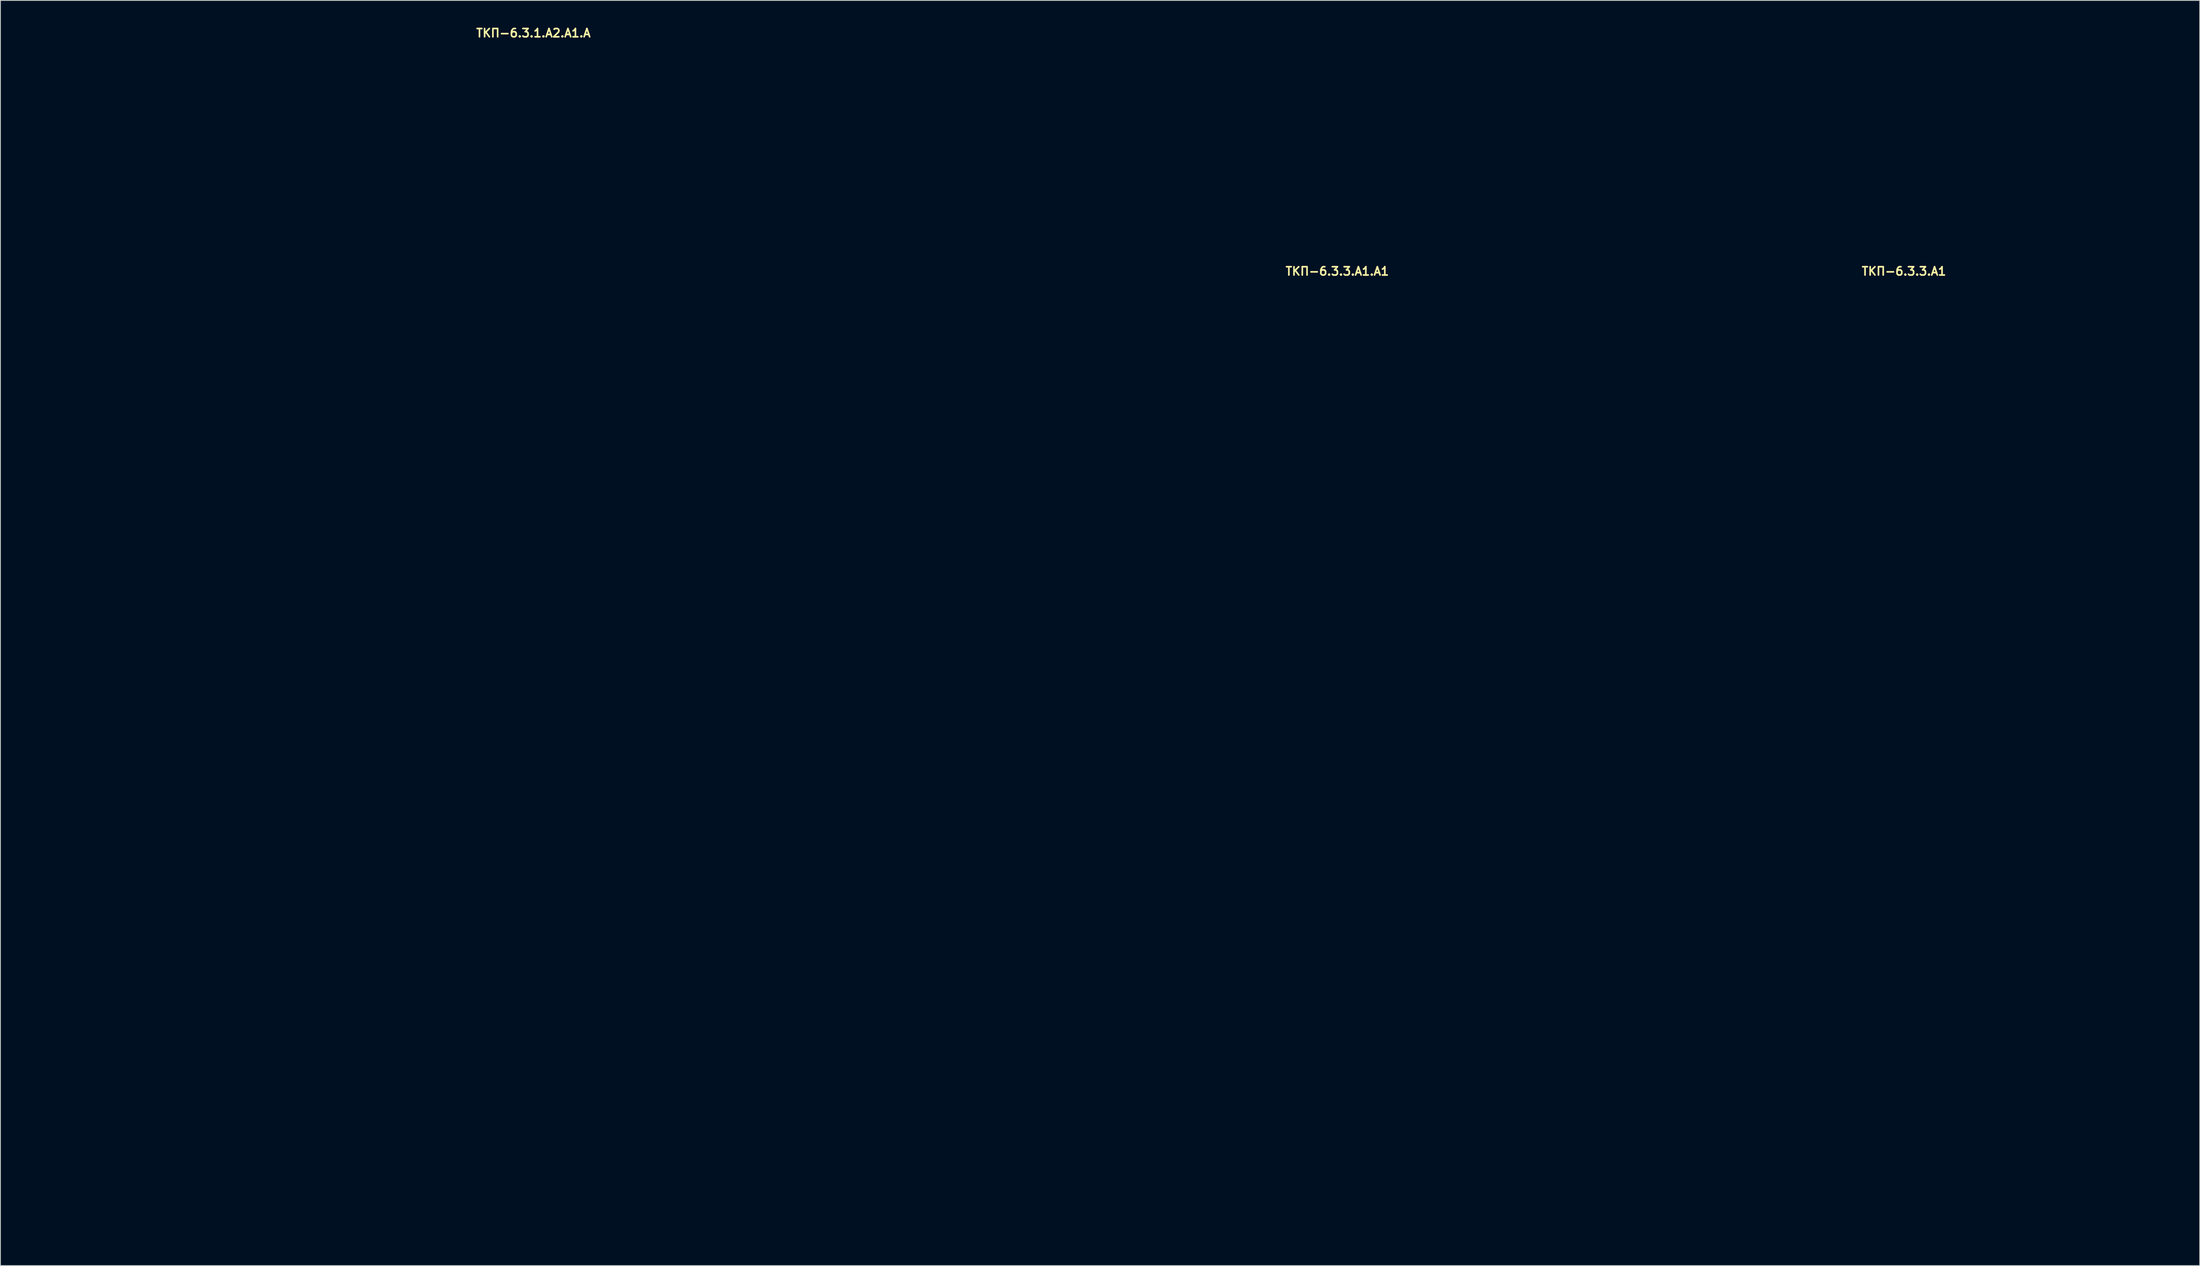
<source format=kicad_pcb>
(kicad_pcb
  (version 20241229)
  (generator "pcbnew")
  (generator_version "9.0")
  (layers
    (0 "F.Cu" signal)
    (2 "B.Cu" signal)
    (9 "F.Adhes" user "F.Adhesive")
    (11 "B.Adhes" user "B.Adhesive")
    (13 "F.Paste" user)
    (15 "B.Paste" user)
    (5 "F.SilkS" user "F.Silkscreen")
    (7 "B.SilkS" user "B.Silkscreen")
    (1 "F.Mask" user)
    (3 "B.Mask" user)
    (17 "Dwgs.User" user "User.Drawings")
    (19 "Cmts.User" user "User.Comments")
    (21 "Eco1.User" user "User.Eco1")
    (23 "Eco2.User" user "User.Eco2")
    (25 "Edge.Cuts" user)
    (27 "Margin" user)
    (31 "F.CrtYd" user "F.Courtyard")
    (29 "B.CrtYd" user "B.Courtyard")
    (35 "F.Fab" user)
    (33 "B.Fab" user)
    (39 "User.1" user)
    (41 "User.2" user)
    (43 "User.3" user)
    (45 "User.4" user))
  (footprint "ТКП-6.3.3.A1.A1"
    (layer "F.Cu")
    (at 158.21 88.48)
    (property "Reference" "ТКП-6.3.3.A1.A1" (at 0 -58.801 0) (layer "F.SilkS") (effects (font (size 1 1) (thickness 0.2))))
    (attr through_hole)
    (fp_line (start -32.47 -86.28) (end -32.47 -57.98) (stroke (width 0.4) (type solid)) (layer "Eco1.User"))
    (fp_line (start -32.47 -57.98) (end -32.47 57.98) (stroke (width 0.4) (type solid)) (layer "Eco1.User"))
    (fp_line (start -32.47 -57.98) (end 32.47 -57.98) (stroke (width 0.4) (type solid)) (layer "Eco1.User"))
    (fp_line (start -32.47 57.98) (end 32.47 57.98) (stroke (width 0.4) (type solid)) (layer "Eco1.User"))
    (fp_line (start -30.47 -88.28) (end 30.47 -88.28) (stroke (width 0.4) (type solid)) (layer "Eco1.User"))
    (fp_line (start 32.47 -86.28) (end 32.47 -57.98) (stroke (width 0.4) (type solid)) (layer "Eco1.User"))
    (fp_line (start 32.47 -57.98) (end 32.47 57.98) (stroke (width 0.4) (type solid)) (layer "Eco1.User"))
    (fp_arc (start -32.47 -86.28) (mid -31.884214 -87.694214) (end -30.47 -88.28) (stroke (width 0.4) (type solid)) (layer "Eco1.User"))
    (fp_arc (start 30.47 -88.28) (mid 31.884214 -87.694214) (end 32.47 -86.28) (stroke (width 0.4) (type solid)) (layer "Eco1.User"))
    (fp_circle (center -25.92 -72.48) (end -23.92 -72.48) (stroke (width 0.4) (type solid)) (fill no) (layer "Eco1.User"))
    (fp_circle (center -19.05 -40.44) (end -15.45 -40.44) (stroke (width 0.4) (type solid)) (fill no) (layer "Eco1.User"))
    (fp_circle (center -8.89 -50.8) (end -7.39 -50.8) (stroke (width 0.4) (type solid)) (fill no) (layer "Eco1.User"))
    (fp_circle (center 0 -72.48) (end 5.5 -72.48) (stroke (width 0.4) (type solid)) (fill no) (layer "Eco1.User"))
    (fp_circle (center 0 -26.47) (end 3.6 -26.47) (stroke (width 0.4) (type solid)) (fill no) (layer "Eco1.User"))
    (fp_circle (center 0 -7.62) (end 2.65 -7.62) (stroke (width 0.4) (type solid)) (fill no) (layer "Eco1.User"))
    (fp_circle (center 0 19.05) (end 6 19.05) (stroke (width 0.4) (type solid)) (fill no) (layer "Eco1.User"))
    (fp_circle (center 8.89 -50.8) (end 10.39 -50.8) (stroke (width 0.4) (type solid)) (fill no) (layer "Eco1.User"))
    (fp_circle (center 19.05 -40.44) (end 22.65 -40.44) (stroke (width 0.4) (type solid)) (fill no) (layer "Eco1.User"))
    (fp_circle (center 25.92 -72.48) (end 27.92 -72.48) (stroke (width 0.4) (type solid)) (fill no) (layer "Eco1.User")))
  (footprint "ТКП-6.3.3.A1"
    (layer "F.Cu")
    (at 226.55 88.48)
    (property "Reference" "ТКП-6.3.3.A1" (at 0 -58.801 0) (layer "F.SilkS") (effects (font (size 1 1) (thickness 0.2))))
    (attr through_hole)
    (fp_line (start -32.47 -86.28) (end -32.47 -57.98) (stroke (width 0.4) (type solid)) (layer "Eco1.User"))
    (fp_line (start -32.47 -57.98) (end -32.47 57.98) (stroke (width 0.4) (type solid)) (layer "Eco1.User"))
    (fp_line (start -32.47 -57.98) (end 32.47 -57.98) (stroke (width 0.4) (type solid)) (layer "Eco1.User"))
    (fp_line (start -32.47 57.98) (end 32.47 57.98) (stroke (width 0.4) (type solid)) (layer "Eco1.User"))
    (fp_line (start -30.47 -88.28) (end 30.47 -88.28) (stroke (width 0.4) (type solid)) (layer "Eco1.User"))
    (fp_line (start 32.47 -86.28) (end 32.47 -57.98) (stroke (width 0.4) (type solid)) (layer "Eco1.User"))
    (fp_line (start 32.47 -57.98) (end 32.47 57.98) (stroke (width 0.4) (type solid)) (layer "Eco1.User"))
    (fp_arc (start -32.47 -86.28) (mid -31.884214 -87.694214) (end -30.47 -88.28) (stroke (width 0.4) (type solid)) (layer "Eco1.User"))
    (fp_arc (start 30.47 -88.28) (mid 31.884214 -87.694214) (end 32.47 -86.28) (stroke (width 0.4) (type solid)) (layer "Eco1.User"))
    (fp_circle (center -25.92 -72.48) (end -23.92 -72.48) (stroke (width 0.4) (type solid)) (fill no) (layer "Eco1.User"))
    (fp_circle (center 0 -72.48) (end 5.5 -72.48) (stroke (width 0.4) (type solid)) (fill no) (layer "Eco1.User"))
    (fp_circle (center 25.92 -72.48) (end 27.92 -72.48) (stroke (width 0.4) (type solid)) (fill no) (layer "Eco1.User")))
  (footprint "ТКП-6.3.1.A2.A1.A"
    (layer "F.Cu")
    (at 61.27 58.594)
    (property "Reference" "ТКП-6.3.1.A2.A1.A" (at 0 -57.658 0) (layer "F.SilkS") (effects (font (size 1 1) (thickness 0.2))))
    (attr through_hole)
    (fp_line (start -61.07 -54.78) (end -61.07 54.78) (stroke (width 0.4) (type solid)) (layer "Eco2.User"))
    (fp_line (start -61.07 -54.78) (end -59.07 -54.78) (stroke (width 0.4) (type solid)) (layer "Eco2.User"))
    (fp_line (start -61.07 54.78) (end -59.07 54.78) (stroke (width 0.4) (type solid)) (layer "Eco2.User"))
    (fp_line (start -59.07 -56.78) (end -32.77 -56.78) (stroke (width 0.4) (type solid)) (layer "Eco2.User"))
    (fp_line (start -59.07 -56.28) (end -59.07 -54.78) (stroke (width 0.4) (type solid)) (layer "Eco2.User"))
    (fp_line (start -59.07 54.78) (end -59.07 56.28) (stroke (width 0.4) (type solid)) (layer "Eco2.User"))
    (fp_line (start -59.07 56.78) (end -32.77 56.78) (stroke (width 0.4) (type solid)) (layer "Eco2.User"))
    (fp_line (start -31.97 -56.78) (end -31.97 56.78) (stroke (width 0.4) (type solid)) (layer "Eco2.User"))
    (fp_line (start -31.97 -56.78) (end -30.97 -56.78) (stroke (width 0.4) (type solid)) (layer "Eco2.User"))
    (fp_line (start -31.97 56.78) (end -30.97 56.78) (stroke (width 0.4) (type solid)) (layer "Eco2.User"))
    (fp_line (start -30.97 -56.78) (end -30.97 56.78) (stroke (width 0.4) (type solid)) (layer "Eco2.User"))
    (fp_line (start -30.97 -54.78) (end -29.97 -54.78) (stroke (width 0.4) (type solid)) (layer "Eco2.User"))
    (fp_line (start -30.97 54.78) (end -29.97 54.78) (stroke (width 0.4) (type solid)) (layer "Eco2.User"))
    (fp_line (start -30.77 -56.78) (end -30.77 -55.78) (stroke (width 0.4) (type solid)) (layer "Eco2.User"))
    (fp_line (start -30.77 -56.78) (end 30.77 -56.78) (stroke (width 0.4) (type solid)) (layer "Eco2.User"))
    (fp_line (start -30.77 -55.78) (end 30.77 -55.78) (stroke (width 0.4) (type solid)) (layer "Eco2.User"))
    (fp_line (start -30.77 55.78) (end -30.77 56.78) (stroke (width 0.4) (type solid)) (layer "Eco2.User"))
    (fp_line (start -30.77 55.78) (end 30.77 55.78) (stroke (width 0.4) (type solid)) (layer "Eco2.User"))
    (fp_line (start -30.77 56.78) (end 30.77 56.78) (stroke (width 0.4) (type solid)) (layer "Eco2.User"))
    (fp_line (start -29.97 -55.78) (end -29.97 -54.78) (stroke (width 0.4) (type solid)) (layer "Eco2.User"))
    (fp_line (start -29.97 54.78) (end -29.97 55.78) (stroke (width 0.4) (type solid)) (layer "Eco2.User"))
    (fp_line (start -29.12 -55.78) (end -29.12 -54.28) (stroke (width 0.4) (type solid)) (layer "Eco2.User"))
    (fp_line (start -29.12 -54.28) (end -22.82 -54.28) (stroke (width 0.4) (type solid)) (layer "Eco2.User"))
    (fp_line (start -29.12 55.78) (end -29.12 54.28) (stroke (width 0.4) (type solid)) (layer "Eco2.User"))
    (fp_line (start -22.82 -55.78) (end -22.82 -54.28) (stroke (width 0.4) (type solid)) (layer "Eco2.User"))
    (fp_line (start -22.82 54.28) (end -29.12 54.28) (stroke (width 0.4) (type solid)) (layer "Eco2.User"))
    (fp_line (start -22.82 55.78) (end -22.82 54.28) (stroke (width 0.4) (type solid)) (layer "Eco2.User"))
    (fp_line (start -21.17 -56.78) (end -21.17 -55.78) (stroke (width 0.4) (type solid)) (layer "Eco2.User"))
    (fp_line (start -21.17 55.78) (end -21.17 56.78) (stroke (width 0.4) (type solid)) (layer "Eco2.User"))
    (fp_line (start 21.17 -56.78) (end 21.17 -55.78) (stroke (width 0.4) (type solid)) (layer "Eco2.User"))
    (fp_line (start 21.17 55.78) (end 21.17 56.78) (stroke (width 0.4) (type solid)) (layer "Eco2.User"))
    (fp_line (start 22.82 -55.78) (end 22.82 -54.28) (stroke (width 0.4) (type solid)) (layer "Eco2.User"))
    (fp_line (start 22.82 -54.28) (end 29.12 -54.28) (stroke (width 0.4) (type solid)) (layer "Eco2.User"))
    (fp_line (start 22.82 55.78) (end 22.82 54.28) (stroke (width 0.4) (type solid)) (layer "Eco2.User"))
    (fp_line (start 29.12 -55.78) (end 29.12 -54.28) (stroke (width 0.4) (type solid)) (layer "Eco2.User"))
    (fp_line (start 29.12 54.28) (end 22.82 54.28) (stroke (width 0.4) (type solid)) (layer "Eco2.User"))
    (fp_line (start 29.12 55.78) (end 29.12 54.28) (stroke (width 0.4) (type solid)) (layer "Eco2.User"))
    (fp_line (start 29.97 -55.78) (end 29.97 -54.78) (stroke (width 0.4) (type solid)) (layer "Eco2.User"))
    (fp_line (start 29.97 -54.78) (end 30.97 -54.78) (stroke (width 0.4) (type solid)) (layer "Eco2.User"))
    (fp_line (start 29.97 54.78) (end 29.97 55.78) (stroke (width 0.4) (type solid)) (layer "Eco2.User"))
    (fp_line (start 29.97 54.78) (end 30.97 54.78) (stroke (width 0.4) (type solid)) (layer "Eco2.User"))
    (fp_line (start 30.77 -56.78) (end 30.77 -55.78) (stroke (width 0.4) (type solid)) (layer "Eco2.User"))
    (fp_line (start 30.77 55.78) (end 30.77 56.78) (stroke (width 0.4) (type solid)) (layer "Eco2.User"))
    (fp_line (start 30.97 -56.78) (end 30.97 56.78) (stroke (width 0.4) (type solid)) (layer "Eco2.User"))
    (fp_line (start 30.97 -56.78) (end 31.97 -56.78) (stroke (width 0.4) (type solid)) (layer "Eco2.User"))
    (fp_line (start 30.97 56.78) (end 31.97 56.78) (stroke (width 0.4) (type solid)) (layer "Eco2.User"))
    (fp_line (start 31.97 -56.78) (end 31.97 56.78) (stroke (width 0.4) (type solid)) (layer "Eco2.User"))
    (fp_line (start 32.77 -56.78) (end 59.07 -56.78) (stroke (width 0.4) (type solid)) (layer "Eco2.User"))
    (fp_line (start 32.77 56.78) (end 59.07 56.78) (stroke (width 0.4) (type solid)) (layer "Eco2.User"))
    (fp_line (start 59.07 -56.28) (end 59.07 -54.78) (stroke (width 0.4) (type solid)) (layer "Eco2.User"))
    (fp_line (start 59.07 -54.78) (end 61.07 -54.78) (stroke (width 0.4) (type solid)) (layer "Eco2.User"))
    (fp_line (start 59.07 54.78) (end 59.07 56.28) (stroke (width 0.4) (type solid)) (layer "Eco2.User"))
    (fp_line (start 59.07 54.78) (end 61.07 54.78) (stroke (width 0.4) (type solid)) (layer "Eco2.User"))
    (fp_line (start 61.07 -54.78) (end 61.07 54.78) (stroke (width 0.4) (type solid)) (layer "Eco2.User"))
    (fp_arc (start -61.07 -54.78) (mid -60.484214 -56.194214) (end -59.07 -56.78) (stroke (width 0.4) (type solid)) (layer "Eco2.User"))
    (fp_arc (start -60.07 -54.78) (mid -59.777107 -55.487107) (end -59.07 -55.78) (stroke (width 0.4) (type solid)) (layer "Eco2.User"))
    (fp_arc (start -59.07 -56.28) (mid -58.923553 -56.633553) (end -58.57 -56.78) (stroke (width 0.4) (type solid)) (layer "Eco2.User"))
    (fp_arc (start -59.07 55.78) (mid -59.777107 55.487107) (end -60.07 54.78) (stroke (width 0.4) (type solid)) (layer "Eco2.User"))
    (fp_arc (start -59.07 56.78) (mid -60.484214 56.194214) (end -61.07 54.78) (stroke (width 0.4) (type solid)) (layer "Eco2.User"))
    (fp_arc (start -58.57 56.78) (mid -58.923553 56.633553) (end -59.07 56.28) (stroke (width 0.4) (type solid)) (layer "Eco2.User"))
    (fp_arc (start -32.77 -56.78) (mid -32.204315 -56.545685) (end -31.97 -55.98) (stroke (width 0.4) (type solid)) (layer "Eco2.User"))
    (fp_arc (start -31.97 55.98) (mid -32.204315 56.545685) (end -32.77 56.78) (stroke (width 0.4) (type solid)) (layer "Eco2.User"))
    (fp_arc (start 31.97 -55.98) (mid 32.204315 -56.545685) (end 32.77 -56.78) (stroke (width 0.4) (type solid)) (layer "Eco2.User"))
    (fp_arc (start 32.77 56.78) (mid 32.204315 56.545685) (end 31.97 55.98) (stroke (width 0.4) (type solid)) (layer "Eco2.User"))
    (fp_arc (start 58.57 -56.78) (mid 58.923553 -56.633553) (end 59.07 -56.28) (stroke (width 0.4) (type solid)) (layer "Eco2.User"))
    (fp_arc (start 59.07 -56.78) (mid 60.484214 -56.194214) (end 61.07 -54.78) (stroke (width 0.4) (type solid)) (layer "Eco2.User"))
    (fp_arc (start 59.07 -55.78) (mid 59.777107 -55.487107) (end 60.07 -54.78) (stroke (width 0.4) (type solid)) (layer "Eco2.User"))
    (fp_arc (start 59.07 56.28) (mid 58.923553 56.633553) (end 58.57 56.78) (stroke (width 0.4) (type solid)) (layer "Eco2.User"))
    (fp_arc (start 60.07 54.78) (mid 59.777107 55.487107) (end 59.07 55.78) (stroke (width 0.4) (type solid)) (layer "Eco2.User"))
    (fp_arc (start 61.07 54.78) (mid 60.484214 56.194214) (end 59.07 56.78) (stroke (width 0.4) (type solid)) (layer "Eco2.User"))
    (fp_circle (center -43.77 1.27) (end -37.77 1.27) (stroke (width 0.4) (type solid)) (fill no) (layer "Eco2.User"))
    (fp_circle (center 43.77 1.27) (end 49.77 1.27) (stroke (width 0.4) (type solid)) (fill no) (layer "Eco2.User")))
  (gr_rect
    (start -3 -3)
    (end 262.22 149.66)
    (stroke (width 0.1) (type default))
    (fill no)
    (layer "Edge.Cuts")))
</source>
